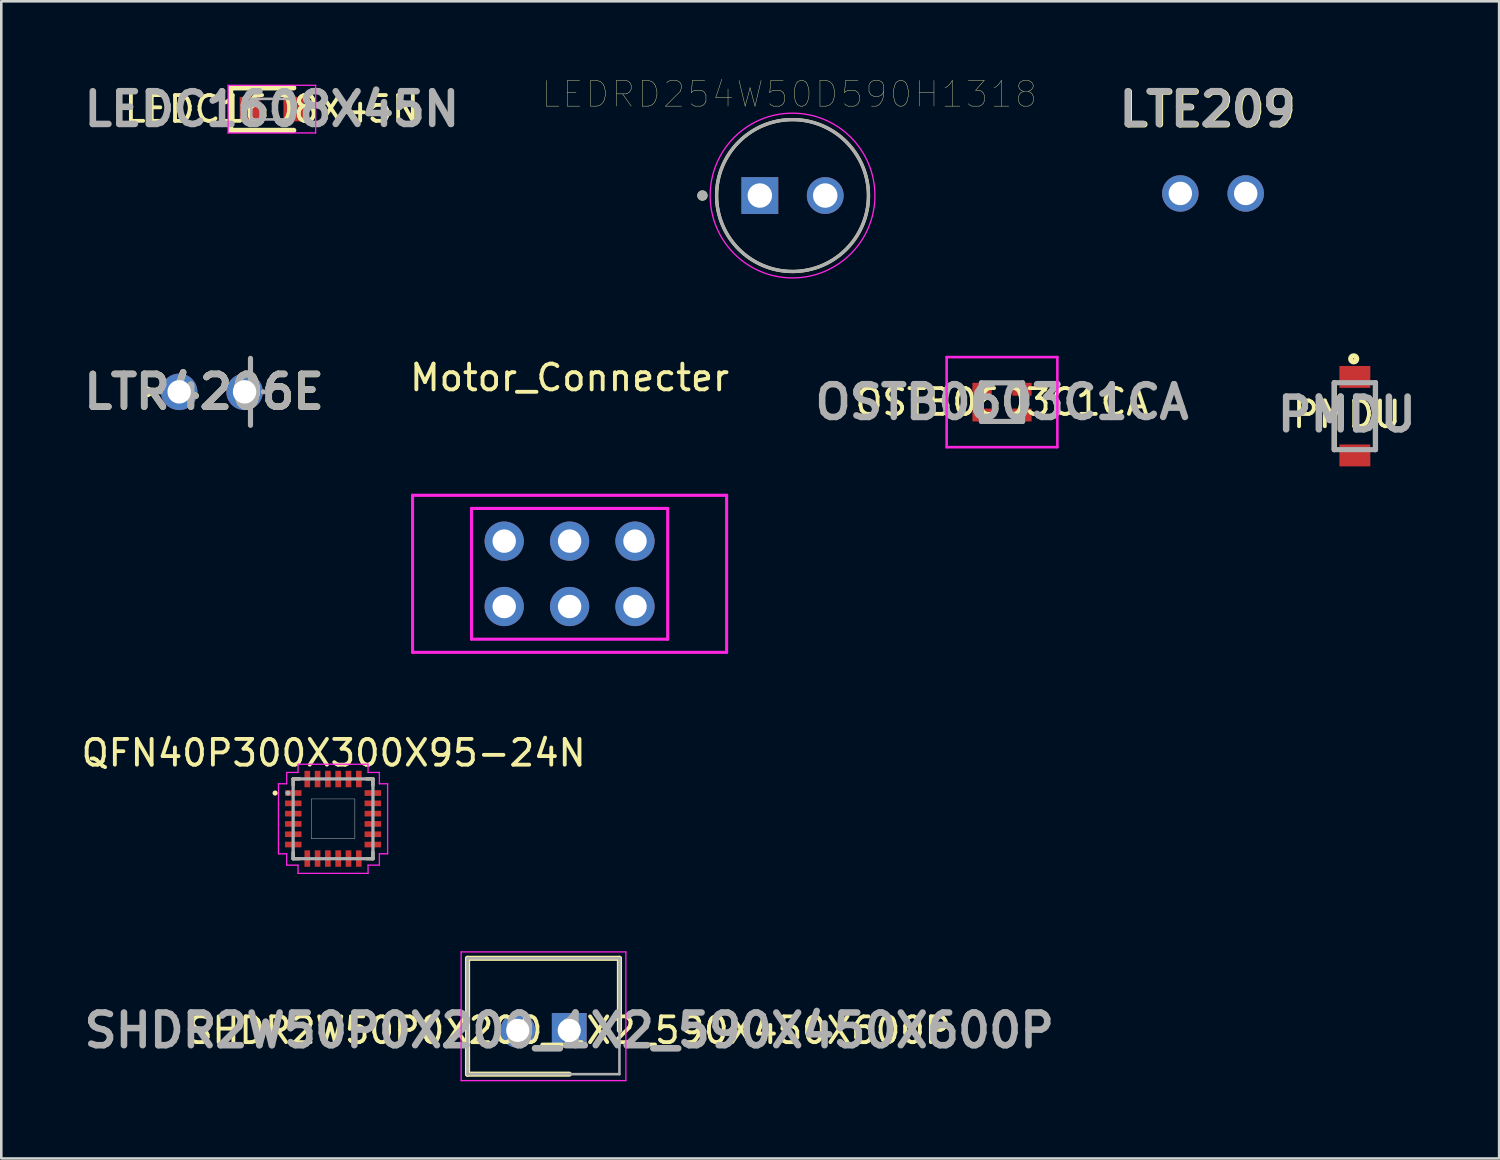
<source format=kicad_pcb>
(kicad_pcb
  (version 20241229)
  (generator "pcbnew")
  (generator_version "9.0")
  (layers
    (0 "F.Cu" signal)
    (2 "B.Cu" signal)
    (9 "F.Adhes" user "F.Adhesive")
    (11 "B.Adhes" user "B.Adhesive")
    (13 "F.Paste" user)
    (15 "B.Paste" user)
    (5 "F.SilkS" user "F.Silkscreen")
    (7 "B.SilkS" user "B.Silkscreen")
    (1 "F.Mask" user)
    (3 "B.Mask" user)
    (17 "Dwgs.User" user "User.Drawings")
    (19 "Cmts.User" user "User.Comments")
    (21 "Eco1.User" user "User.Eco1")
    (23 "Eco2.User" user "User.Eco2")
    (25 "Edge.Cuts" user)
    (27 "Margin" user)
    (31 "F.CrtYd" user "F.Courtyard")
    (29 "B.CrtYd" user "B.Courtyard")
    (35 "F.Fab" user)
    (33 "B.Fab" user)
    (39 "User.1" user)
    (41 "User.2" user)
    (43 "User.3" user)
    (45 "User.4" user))
  (footprint "LEDC1608X45N"
    (layer "F.Cu")
    (at 7.511 1.189)
    (property "Reference" "LEDC1608X45N" (at 0 0 0) (layer "F.SilkS") (effects (font (size 1 1) (thickness 0.15))))
    (attr smd)
    (fp_line (start -1.6 -0.825) (end -1.6 0.825) (stroke (width 0.2) (type solid)) (layer "F.SilkS"))
    (fp_line (start -1.6 0.825) (end 0.85 0.825) (stroke (width 0.2) (type solid)) (layer "F.SilkS"))
    (fp_line (start 0.85 -0.825) (end -1.6 -0.825) (stroke (width 0.2) (type solid)) (layer "F.SilkS"))
    (fp_line (start -1.7 -0.925) (end 1.7 -0.925) (stroke (width 0.05) (type solid)) (layer "F.CrtYd"))
    (fp_line (start -1.7 0.925) (end -1.7 -0.925) (stroke (width 0.05) (type solid)) (layer "F.CrtYd"))
    (fp_line (start 1.7 -0.925) (end 1.7 0.925) (stroke (width 0.05) (type solid)) (layer "F.CrtYd"))
    (fp_line (start 1.7 0.925) (end -1.7 0.925) (stroke (width 0.05) (type solid)) (layer "F.CrtYd"))
    (fp_line (start -0.8 -0.4) (end 0.8 -0.4) (stroke (width 0.1) (type solid)) (layer "F.Fab"))
    (fp_line (start -0.8 -0.133) (end -0.533 -0.4) (stroke (width 0.1) (type solid)) (layer "F.Fab"))
    (fp_line (start -0.8 0.4) (end -0.8 -0.4) (stroke (width 0.1) (type solid)) (layer "F.Fab"))
    (fp_line (start 0.8 -0.4) (end 0.8 0.4) (stroke (width 0.1) (type solid)) (layer "F.Fab"))
    (fp_line (start 0.8 0.4) (end -0.8 0.4) (stroke (width 0.1) (type solid)) (layer "F.Fab"))
    (fp_text user "${REFERENCE}" (at 0 0 0) (layer "F.Fab") (effects (font (size 1.27 1.27) (thickness 0.254))))
    (pad "1" smd rect (at -0.85 0) (size 0.8 0.95) (layers "F.Cu" "F.Mask" "F.Paste"))
    (pad "2" smd rect (at 0.85 0) (size 0.8 0.95) (layers "F.Cu" "F.Mask" "F.Paste")))
  (footprint "PMDU"
    (layer "F.Cu")
    (at 49.58 13.116)
    (property "Reference" "PMDU" (at -0.311 -0.064 0) (layer "F.SilkS") (effects (font (size 1 1) (thickness 0.15))))
    (attr smd)
    (fp_line (start -0.8 1.3) (end -0.8 -1.3) (stroke (width 0.2) (type solid)) (layer "F.SilkS"))
    (fp_line (start 0.8 -1.3) (end 0.8 1.3) (stroke (width 0.2) (type solid)) (layer "F.SilkS"))
    (fp_circle (center -0.045 -2.227) (end -0.045 -2.209) (stroke (width 0.2) (type solid)) (fill no) (layer "F.SilkS"))
    (fp_line (start -0.8 -1.3) (end 0.8 -1.3) (stroke (width 0.2) (type solid)) (layer "F.Fab"))
    (fp_line (start -0.8 1.3) (end -0.8 -1.3) (stroke (width 0.2) (type solid)) (layer "F.Fab"))
    (fp_line (start 0.8 -1.3) (end 0.8 1.3) (stroke (width 0.2) (type solid)) (layer "F.Fab"))
    (fp_line (start 0.8 1.3) (end -0.8 1.3) (stroke (width 0.2) (type solid)) (layer "F.Fab"))
    (fp_text user "${REFERENCE}" (at -0.311 -0.064 0) (layer "F.Fab") (effects (font (size 1.27 1.27) (thickness 0.254))))
    (pad "1" smd rect (at 0 -1.525 90) (size 0.85 1.2) (layers "F.Cu" "F.Mask" "F.Paste"))
    (pad "2" smd rect (at 0 1.525 90) (size 0.85 1.2) (layers "F.Cu" "F.Mask" "F.Paste")))
  (footprint "QFN40P300X300X95-24N"
    (layer "F.Cu")
    (at 9.887 28.756)
    (property "Reference" "QFN40P300X300X95-24N" (at 0.024 -2.558 0) (layer "F.SilkS") (effects (font (size 1 1) (thickness 0.15))))
    (attr through_hole)
    (fp_line (start -1.55 -1.55) (end -1.3 -1.55) (stroke (width 0.127) (type solid)) (layer "F.SilkS"))
    (fp_line (start -1.55 -1.3) (end -1.55 -1.55) (stroke (width 0.127) (type solid)) (layer "F.SilkS"))
    (fp_line (start -1.55 1.3) (end -1.55 1.55) (stroke (width 0.127) (type solid)) (layer "F.SilkS"))
    (fp_line (start -1.55 1.55) (end -1.3 1.55) (stroke (width 0.127) (type solid)) (layer "F.SilkS"))
    (fp_line (start 1.3 -1.55) (end 1.55 -1.55) (stroke (width 0.127) (type solid)) (layer "F.SilkS"))
    (fp_line (start 1.3 1.55) (end 1.55 1.55) (stroke (width 0.127) (type solid)) (layer "F.SilkS"))
    (fp_line (start 1.55 -1.55) (end 1.55 -1.3) (stroke (width 0.127) (type solid)) (layer "F.SilkS"))
    (fp_line (start 1.55 1.55) (end 1.55 1.3) (stroke (width 0.127) (type solid)) (layer "F.SilkS"))
    (fp_circle (center -2.25 -1) (end -2.2 -1) (stroke (width 0.1) (type solid)) (fill no) (layer "F.SilkS"))
    (fp_poly (pts (xy -0.85 -0.77) (xy 0.85 -0.77) (xy 0.85 0.77) (xy -0.85 0.77)) (stroke (width 0.01) (type solid)) (fill no) (layer "Dwgs.User"))
    (fp_poly (pts (xy -0.85 -0.77) (xy 0.85 -0.77) (xy 0.85 0.77) (xy -0.85 0.77)) (stroke (width 0.01) (type solid)) (fill no) (layer "Dwgs.User"))
    (fp_line (start -2.12 -1.36) (end -2.12 1.36) (stroke (width 0.05) (type solid)) (layer "F.CrtYd"))
    (fp_line (start -2.12 1.36) (end -1.8 1.36) (stroke (width 0.05) (type solid)) (layer "F.CrtYd"))
    (fp_line (start -1.8 -1.8) (end -1.8 -1.36) (stroke (width 0.05) (type solid)) (layer "F.CrtYd"))
    (fp_line (start -1.8 -1.36) (end -2.12 -1.36) (stroke (width 0.05) (type solid)) (layer "F.CrtYd"))
    (fp_line (start -1.8 1.36) (end -1.8 1.8) (stroke (width 0.05) (type solid)) (layer "F.CrtYd"))
    (fp_line (start -1.8 1.8) (end -1.36 1.8) (stroke (width 0.05) (type solid)) (layer "F.CrtYd"))
    (fp_line (start -1.36 -2.12) (end -1.36 -1.8) (stroke (width 0.05) (type solid)) (layer "F.CrtYd"))
    (fp_line (start -1.36 -1.8) (end -1.8 -1.8) (stroke (width 0.05) (type solid)) (layer "F.CrtYd"))
    (fp_line (start -1.36 1.8) (end -1.36 2.12) (stroke (width 0.05) (type solid)) (layer "F.CrtYd"))
    (fp_line (start -1.36 2.12) (end 1.36 2.12) (stroke (width 0.05) (type solid)) (layer "F.CrtYd"))
    (fp_line (start 1.36 -2.12) (end -1.36 -2.12) (stroke (width 0.05) (type solid)) (layer "F.CrtYd"))
    (fp_line (start 1.36 -1.8) (end 1.36 -2.12) (stroke (width 0.05) (type solid)) (layer "F.CrtYd"))
    (fp_line (start 1.36 1.8) (end 1.8 1.8) (stroke (width 0.05) (type solid)) (layer "F.CrtYd"))
    (fp_line (start 1.36 2.12) (end 1.36 1.8) (stroke (width 0.05) (type solid)) (layer "F.CrtYd"))
    (fp_line (start 1.8 -1.8) (end 1.36 -1.8) (stroke (width 0.05) (type solid)) (layer "F.CrtYd"))
    (fp_line (start 1.8 -1.36) (end 1.8 -1.8) (stroke (width 0.05) (type solid)) (layer "F.CrtYd"))
    (fp_line (start 1.8 1.36) (end 2.12 1.36) (stroke (width 0.05) (type solid)) (layer "F.CrtYd"))
    (fp_line (start 1.8 1.8) (end 1.8 1.36) (stroke (width 0.05) (type solid)) (layer "F.CrtYd"))
    (fp_line (start 2.12 -1.36) (end 1.8 -1.36) (stroke (width 0.05) (type solid)) (layer "F.CrtYd"))
    (fp_line (start 2.12 1.36) (end 2.12 -1.36) (stroke (width 0.05) (type solid)) (layer "F.CrtYd"))
    (fp_line (start -1.55 -1.55) (end 1.55 -1.55) (stroke (width 0.127) (type solid)) (layer "F.Fab"))
    (fp_line (start -1.55 1.55) (end -1.55 -1.55) (stroke (width 0.127) (type solid)) (layer "F.Fab"))
    (fp_line (start 1.55 -1.55) (end 1.55 1.55) (stroke (width 0.127) (type solid)) (layer "F.Fab"))
    (fp_line (start 1.55 1.55) (end -1.55 1.55) (stroke (width 0.127) (type solid)) (layer "F.Fab"))
    (fp_circle (center -1.75 -1) (end -1.7 -1) (stroke (width 0.1) (type solid)) (fill no) (layer "F.Fab"))
    (pad "1" smd rect (at -1.545 -1) (size 0.64 0.22) (layers "F.Cu" "F.Mask" "F.Paste"))
    (pad "2" smd rect (at -1.545 -0.6) (size 0.64 0.22) (layers "F.Cu" "F.Mask" "F.Paste"))
    (pad "3" smd rect (at -1.545 -0.2) (size 0.64 0.22) (layers "F.Cu" "F.Mask" "F.Paste"))
    (pad "4" smd rect (at -1.545 0.2) (size 0.64 0.22) (layers "F.Cu" "F.Mask" "F.Paste"))
    (pad "5" smd rect (at -1.545 0.6) (size 0.64 0.22) (layers "F.Cu" "F.Mask" "F.Paste"))
    (pad "6" smd rect (at -1.545 1) (size 0.64 0.22) (layers "F.Cu" "F.Mask" "F.Paste"))
    (pad "7" smd rect (at -1 1.545) (size 0.22 0.64) (layers "F.Cu" "F.Mask" "F.Paste"))
    (pad "8" smd rect (at -0.6 1.545) (size 0.22 0.64) (layers "F.Cu" "F.Mask" "F.Paste"))
    (pad "9" smd rect (at -0.2 1.545) (size 0.22 0.64) (layers "F.Cu" "F.Mask" "F.Paste"))
    (pad "10" smd rect (at 0.2 1.545) (size 0.22 0.64) (layers "F.Cu" "F.Mask" "F.Paste"))
    (pad "11" smd rect (at 0.6 1.545) (size 0.22 0.64) (layers "F.Cu" "F.Mask" "F.Paste"))
    (pad "12" smd rect (at 1 1.545) (size 0.22 0.64) (layers "F.Cu" "F.Mask" "F.Paste"))
    (pad "13" smd rect (at 1.545 1) (size 0.64 0.22) (layers "F.Cu" "F.Mask" "F.Paste"))
    (pad "14" smd rect (at 1.545 0.6) (size 0.64 0.22) (layers "F.Cu" "F.Mask" "F.Paste"))
    (pad "15" smd rect (at 1.545 0.2) (size 0.64 0.22) (layers "F.Cu" "F.Mask" "F.Paste"))
    (pad "16" smd rect (at 1.545 -0.2) (size 0.64 0.22) (layers "F.Cu" "F.Mask" "F.Paste"))
    (pad "17" smd rect (at 1.545 -0.6) (size 0.64 0.22) (layers "F.Cu" "F.Mask" "F.Paste"))
    (pad "18" smd rect (at 1.545 -1) (size 0.64 0.22) (layers "F.Cu" "F.Mask" "F.Paste"))
    (pad "19" smd rect (at 1 -1.545) (size 0.22 0.64) (layers "F.Cu" "F.Mask" "F.Paste"))
    (pad "20" smd rect (at 0.6 -1.545) (size 0.22 0.64) (layers "F.Cu" "F.Mask" "F.Paste"))
    (pad "21" smd rect (at 0.2 -1.545) (size 0.22 0.64) (layers "F.Cu" "F.Mask" "F.Paste"))
    (pad "22" smd rect (at -0.2 -1.545) (size 0.22 0.64) (layers "F.Cu" "F.Mask" "F.Paste"))
    (pad "23" smd rect (at -0.6 -1.545) (size 0.22 0.64) (layers "F.Cu" "F.Mask" "F.Paste"))
    (pad "24" smd rect (at -1 -1.545) (size 0.22 0.64) (layers "F.Cu" "F.Mask" "F.Paste")))
  (footprint "LTR4206E"
    (layer "F.Cu")
    (at 5.18 12.171)
    (property "Reference" "LTR4206E" (at -0.3 0 0) (layer "F.SilkS") (effects (font (size 1.27 1.27) (thickness 0.254))))
    (attr through_hole)
    (fp_line (start -2.5 -0.1) (end -2.5 -0.1) (stroke (width 0.2) (type solid)) (layer "F.SilkS"))
    (fp_line (start -2.5 0.1) (end -2.5 0.1) (stroke (width 0.2) (type solid)) (layer "F.SilkS"))
    (fp_line (start 1.5 -1.3) (end 1.5 -0.9) (stroke (width 0.1) (type solid)) (layer "F.SilkS"))
    (fp_line (start 1.5 1.3) (end 1.5 0.9) (stroke (width 0.1) (type solid)) (layer "F.SilkS"))
    (fp_arc (start -2.5 -0.1) (mid -2.4 0) (end -2.5 0.1) (stroke (width 0.2) (type solid)) (layer "F.SilkS"))
    (fp_arc (start -2.5 0.1) (mid -2.6 0) (end -2.5 -0.1) (stroke (width 0.2) (type solid)) (layer "F.SilkS"))
    (fp_line (start -2 0) (end -2 0) (stroke (width 0.2) (type solid)) (layer "F.Fab"))
    (fp_line (start 1.5 -1.3) (end 1.5 1.3) (stroke (width 0.2) (type solid)) (layer "F.Fab"))
    (fp_line (start 2 0) (end 2 0) (stroke (width 0.2) (type solid)) (layer "F.Fab"))
    (fp_text user "${REFERENCE}" (at -0.3 0 0) (layer "F.Fab") (effects (font (size 1.27 1.27) (thickness 0.254))))
    (pad "1" thru_hole circle (at -1.27 0) (size 1.416 1.416) (drill 0.91) (layers "*.Cu" "*.Mask"))
    (pad "2" thru_hole circle (at 1.27 0) (size 1.416 1.416) (drill 0.91) (layers "*.Cu" "*.Mask")))
  (footprint "LEDRD254W50D590H1318"
    (layer "F.Cu")
    (at 27.736 4.546)
    (property "Reference" "LEDRD254W50D590H1318" (at -0.125 -3.935 0) (layer "F.SilkS") (effects (font (size 1 1) (thickness 0.015))))
    (attr through_hole)
    (fp_circle (center -3.5 0) (end -3.4 0) (stroke (width 0.2) (type solid)) (fill no) (layer "F.SilkS"))
    (fp_circle (center 0 0) (end 2.95 0) (stroke (width 0.127) (type solid)) (fill no) (layer "F.SilkS"))
    (fp_circle (center 0 0) (end 3.2 0) (stroke (width 0.05) (type solid)) (fill no) (layer "F.CrtYd"))
    (fp_circle (center -3.5 0) (end -3.4 0) (stroke (width 0.2) (type solid)) (fill no) (layer "F.Fab"))
    (fp_circle (center 0 0) (end 2.95 0) (stroke (width 0.127) (type solid)) (fill no) (layer "F.Fab"))
    (pad "A" thru_hole circle (at 1.27 0) (size 1.43 1.43) (drill 0.95) (layers "*.Cu" "*.Mask"))
    (pad "C" thru_hole rect (at -1.27 0) (size 1.43 1.43) (drill 0.95) (layers "*.Cu" "*.Mask")))
  (footprint "Motor_Connecter"
    (layer "F.Cu")
    (at 19.076 17.97)
    (property "Reference" "Motor_Connecter" (at 0 -6.35 0) (layer "F.SilkS") (effects (font (size 1 1) (thickness 0.15))))
    (attr through_hole)
    (fp_line (start -6.1 -1.78) (end 6.1 -1.78) (stroke (width 0.12) (type solid)) (layer "F.CrtYd"))
    (fp_line (start -6.1 4.32) (end -6.1 -1.78) (stroke (width 0.12) (type solid)) (layer "F.CrtYd"))
    (fp_line (start -3.81 -1.27) (end 3.81 -1.27) (stroke (width 0.12) (type solid)) (layer "F.CrtYd"))
    (fp_line (start -3.81 3.81) (end -3.81 -1.27) (stroke (width 0.12) (type solid)) (layer "F.CrtYd"))
    (fp_line (start 3.81 -1.27) (end 3.81 3.81) (stroke (width 0.12) (type solid)) (layer "F.CrtYd"))
    (fp_line (start 3.81 3.81) (end -3.81 3.81) (stroke (width 0.12) (type solid)) (layer "F.CrtYd"))
    (fp_line (start 6.1 -1.78) (end 6.1 4.32) (stroke (width 0.12) (type solid)) (layer "F.CrtYd"))
    (fp_line (start 6.1 4.32) (end -6.1 4.32) (stroke (width 0.12) (type solid)) (layer "F.CrtYd"))
    (pad "1" thru_hole circle (at 2.54 2.54) (size 1.524 1.524) (drill 0.91) (layers "*.Cu" "*.Mask"))
    (pad "2" thru_hole circle (at 2.54 0) (size 1.524 1.524) (drill 0.91) (layers "*.Cu" "*.Mask"))
    (pad "3" thru_hole circle (at 0 2.54) (size 1.524 1.524) (drill 0.91) (layers "*.Cu" "*.Mask"))
    (pad "4" thru_hole circle (at 0 0) (size 1.524 1.524) (drill 0.91) (layers "*.Cu" "*.Mask"))
    (pad "5" thru_hole circle (at -2.54 2.54) (size 1.524 1.524) (drill 0.91) (layers "*.Cu" "*.Mask"))
    (pad "6" thru_hole circle (at -2.54 0) (size 1.524 1.524) (drill 0.91) (layers "*.Cu" "*.Mask")))
  (footprint "LTE209"
    (layer "F.Cu")
    (at 44.07 4.465)
    (property "Reference" "LTE209" (at -0.191 -3.264 0) (layer "F.SilkS") (effects (font (size 1.27 1.27) (thickness 0.254))))
    (attr through_hole)
    (fp_text user "${REFERENCE}" (at -0.229 -3.277 0) (layer "F.Fab") (effects (font (size 1.27 1.27) (thickness 0.254))))
    (pad "1" thru_hole circle (at -1.27 0) (size 1.416 1.416) (drill 0.91) (layers "*.Cu" "*.Mask"))
    (pad "2" thru_hole circle (at 1.27 0) (size 1.416 1.416) (drill 0.91) (layers "*.Cu" "*.Mask")))
  (footprint "SHDR2W50P0X200_1X2_590X450X600P"
    (layer "F.Cu")
    (at 19.062 36.976)
    (property "Reference" "SHDR2W50P0X200_1X2_590X450X600P" (at 0 0 0) (layer "F.SilkS") (effects (font (size 1 1) (thickness 0.15))))
    (attr through_hole)
    (fp_line (start -3.95 -2.8) (end 1.95 -2.8) (stroke (width 0.2) (type solid)) (layer "F.SilkS"))
    (fp_line (start -3.95 1.7) (end -3.95 -2.8) (stroke (width 0.2) (type solid)) (layer "F.SilkS"))
    (fp_line (start 0 1.7) (end -3.95 1.7) (stroke (width 0.2) (type solid)) (layer "F.SilkS"))
    (fp_line (start 1.95 -2.8) (end 1.95 0) (stroke (width 0.2) (type solid)) (layer "F.SilkS"))
    (fp_line (start -4.2 -3.05) (end 2.2 -3.05) (stroke (width 0.05) (type solid)) (layer "F.CrtYd"))
    (fp_line (start -4.2 1.95) (end -4.2 -3.05) (stroke (width 0.05) (type solid)) (layer "F.CrtYd"))
    (fp_line (start 2.2 -3.05) (end 2.2 1.95) (stroke (width 0.05) (type solid)) (layer "F.CrtYd"))
    (fp_line (start 2.2 1.95) (end -4.2 1.95) (stroke (width 0.05) (type solid)) (layer "F.CrtYd"))
    (fp_line (start -3.95 -2.8) (end 1.95 -2.8) (stroke (width 0.1) (type solid)) (layer "F.Fab"))
    (fp_line (start -3.95 1.7) (end -3.95 -2.8) (stroke (width 0.1) (type solid)) (layer "F.Fab"))
    (fp_line (start 1.95 -2.8) (end 1.95 1.7) (stroke (width 0.1) (type solid)) (layer "F.Fab"))
    (fp_line (start 1.95 1.7) (end -3.95 1.7) (stroke (width 0.1) (type solid)) (layer "F.Fab"))
    (fp_text user "${REFERENCE}" (at 0 0 0) (layer "F.Fab") (effects (font (size 1.27 1.27) (thickness 0.254))))
    (pad "1" thru_hole rect (at 0 0) (size 1.35 1.35) (drill 0.9) (layers "*.Cu" "*.Mask"))
    (pad "2" thru_hole circle (at -2 0) (size 1.35 1.35) (drill 0.9) (layers "*.Cu" "*.Mask")))
  (footprint "OSTB0603C1CA"
    (layer "F.Cu")
    (at 35.873 12.571)
    (property "Reference" "OSTB0603C1CA" (at 0 0 0) (layer "F.SilkS") (effects (font (size 1 1) (thickness 0.15))))
    (attr smd)
    (fp_line (start 1.6 -0.5) (end 1.6 -0.5) (stroke (width 0.1) (type solid)) (layer "F.SilkS"))
    (fp_line (start 1.7 -0.5) (end 1.7 -0.5) (stroke (width 0.1) (type solid)) (layer "F.SilkS"))
    (fp_arc (start 1.6 -0.5) (mid 1.65 -0.55) (end 1.7 -0.5) (stroke (width 0.1) (type solid)) (layer "F.SilkS"))
    (fp_arc (start 1.7 -0.5) (mid 1.65 -0.45) (end 1.6 -0.5) (stroke (width 0.1) (type solid)) (layer "F.SilkS"))
    (fp_line (start -2.15 -1.75) (end 2.15 -1.75) (stroke (width 0.1) (type solid)) (layer "F.CrtYd"))
    (fp_line (start -2.15 1.75) (end -2.15 -1.75) (stroke (width 0.1) (type solid)) (layer "F.CrtYd"))
    (fp_line (start 2.15 -1.75) (end 2.15 1.75) (stroke (width 0.1) (type solid)) (layer "F.CrtYd"))
    (fp_line (start 2.15 1.75) (end -2.15 1.75) (stroke (width 0.1) (type solid)) (layer "F.CrtYd"))
    (fp_line (start -0.8 -0.75) (end 0.8 -0.75) (stroke (width 0.2) (type solid)) (layer "F.Fab"))
    (fp_line (start -0.8 0.75) (end -0.8 -0.75) (stroke (width 0.2) (type solid)) (layer "F.Fab"))
    (fp_line (start 0.8 -0.75) (end 0.8 0.75) (stroke (width 0.2) (type solid)) (layer "F.Fab"))
    (fp_line (start 0.8 0.75) (end -0.8 0.75) (stroke (width 0.2) (type solid)) (layer "F.Fab"))
    (fp_text user "${REFERENCE}" (at 0 0 0) (layer "F.Fab") (effects (font (size 1.27 1.27) (thickness 0.254))))
    (pad "1" smd rect (at 0.775 -0.5 90) (size 0.5 0.75) (layers "F.Cu" "F.Mask" "F.Paste"))
    (pad "2" smd rect (at 0.775 0.5 90) (size 0.5 0.75) (layers "F.Cu" "F.Mask" "F.Paste"))
    (pad "3" smd rect (at -0.775 -0.5 90) (size 0.5 0.75) (layers "F.Cu" "F.Mask" "F.Paste"))
    (pad "4" smd rect (at -0.775 0.5 90) (size 0.5 0.75) (layers "F.Cu" "F.Mask" "F.Paste")))
  (gr_rect
    (start -3 -3)
    (end 55.184 41.951)
    (stroke (width 0.1) (type default))
    (fill no)
    (layer "Edge.Cuts")))
</source>
